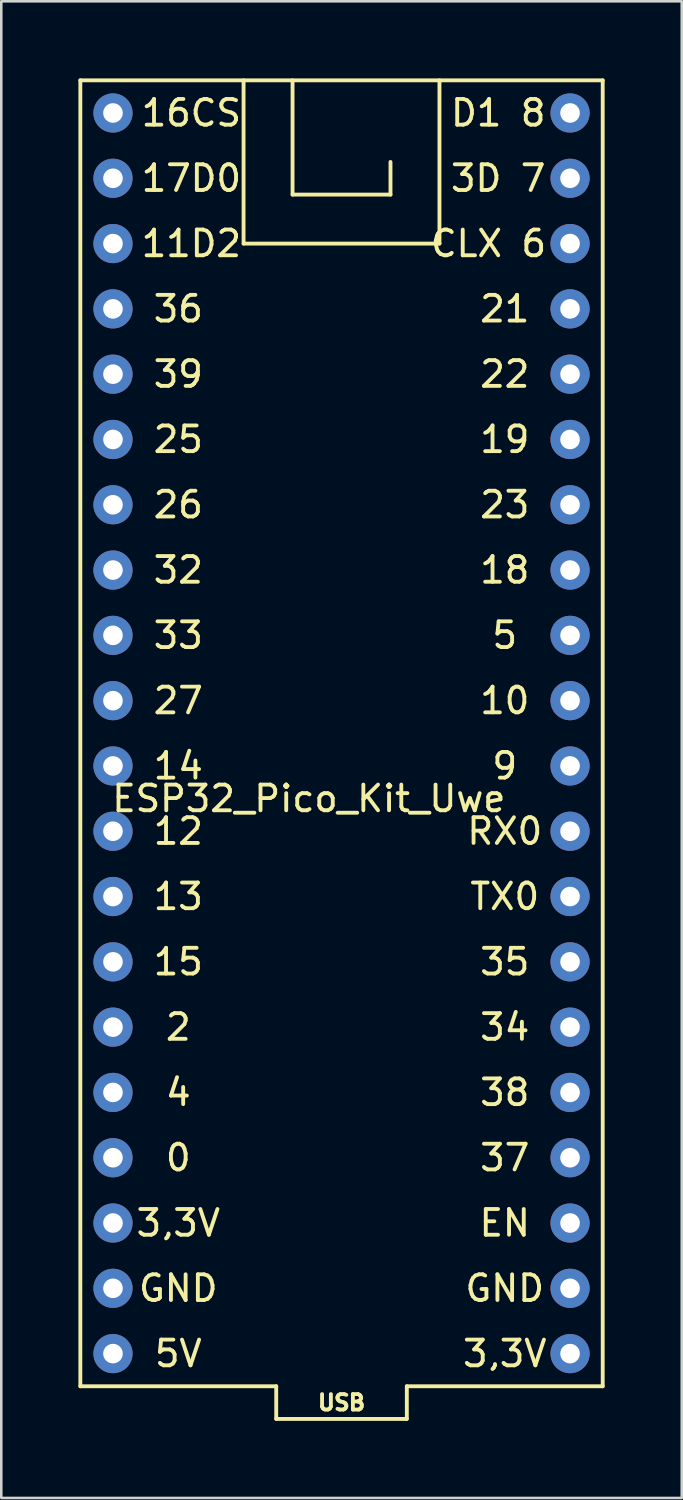
<source format=kicad_pcb>
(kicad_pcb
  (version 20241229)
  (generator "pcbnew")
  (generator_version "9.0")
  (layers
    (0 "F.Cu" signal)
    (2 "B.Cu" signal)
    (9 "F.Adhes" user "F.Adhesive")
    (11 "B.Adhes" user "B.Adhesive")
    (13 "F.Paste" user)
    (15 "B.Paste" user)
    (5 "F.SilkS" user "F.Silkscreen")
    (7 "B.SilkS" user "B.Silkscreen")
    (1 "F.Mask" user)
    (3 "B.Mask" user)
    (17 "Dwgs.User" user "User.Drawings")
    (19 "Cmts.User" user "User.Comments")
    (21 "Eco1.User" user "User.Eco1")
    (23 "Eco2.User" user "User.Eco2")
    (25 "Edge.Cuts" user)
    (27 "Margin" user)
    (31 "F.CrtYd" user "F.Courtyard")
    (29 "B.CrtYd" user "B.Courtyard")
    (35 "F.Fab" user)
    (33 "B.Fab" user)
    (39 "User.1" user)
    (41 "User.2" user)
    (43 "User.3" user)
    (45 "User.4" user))
  (footprint "ESP32_Pico_Kit_Uwe"
    (layer "F.Cu")
    (at 10.235 26.745)
    (property "Reference" "ESP32_Pico_Kit_Uwe" (at -1.27 1.27 0) (unlocked yes) (layer "F.SilkS") (effects (font (size 1 1) (thickness 0.15))))
    (attr through_hole)
    (fp_line (start -10.16 -26.67) (end 10.16 -26.67) (stroke (width 0.15) (type solid)) (layer "F.SilkS"))
    (fp_line (start -10.16 24.13) (end -10.16 -26.67) (stroke (width 0.15) (type solid)) (layer "F.SilkS"))
    (fp_line (start -10.16 24.13) (end -2.54 24.13) (stroke (width 0.15) (type solid)) (layer "F.SilkS"))
    (fp_line (start -3.81 -26.67) (end -3.81 -20.32) (stroke (width 0.15) (type solid)) (layer "F.SilkS"))
    (fp_line (start -3.81 -20.32) (end 3.81 -20.32) (stroke (width 0.15) (type solid)) (layer "F.SilkS"))
    (fp_line (start -2.54 25.4) (end -2.54 24.13) (stroke (width 0.15) (type solid)) (layer "F.SilkS"))
    (fp_line (start -2.54 25.4) (end 2.54 25.4) (stroke (width 0.15) (type solid)) (layer "F.SilkS"))
    (fp_line (start -1.905 -26.67) (end -1.905 -22.225) (stroke (width 0.15) (type solid)) (layer "F.SilkS"))
    (fp_line (start -1.905 -22.225) (end 1.905 -22.225) (stroke (width 0.15) (type solid)) (layer "F.SilkS"))
    (fp_line (start 1.905 -22.225) (end 1.905 -23.495) (stroke (width 0.15) (type solid)) (layer "F.SilkS"))
    (fp_line (start 2.54 25.4) (end 2.54 24.13) (stroke (width 0.15) (type solid)) (layer "F.SilkS"))
    (fp_line (start 3.81 -20.32) (end 3.81 -26.67) (stroke (width 0.15) (type solid)) (layer "F.SilkS"))
    (fp_line (start 10.16 -26.67) (end 10.16 24.13) (stroke (width 0.15) (type solid)) (layer "F.SilkS"))
    (fp_line (start 10.16 24.13) (end 2.54 24.13) (stroke (width 0.15) (type solid)) (layer "F.SilkS"))
    (fp_text user "D1 8" (at 6.096 -25.4 0) (unlocked yes) (layer "F.SilkS") (effects (font (size 1 1) (thickness 0.15))))
    (fp_text user "27" (at -6.35 -2.54 0) (unlocked yes) (layer "F.SilkS") (effects (font (size 1 1) (thickness 0.15))))
    (fp_text user "3,3V" (at 6.35 22.86 0) (unlocked yes) (layer "F.SilkS") (effects (font (size 1 1) (thickness 0.15))))
    (fp_text user "GND" (at -6.35 20.32 0) (unlocked yes) (layer "F.SilkS") (effects (font (size 1 1) (thickness 0.15))))
    (fp_text user "5" (at 6.35 -5.08 0) (unlocked yes) (layer "F.SilkS") (effects (font (size 1 1) (thickness 0.15))))
    (fp_text user "25" (at -6.35 -12.7 0) (unlocked yes) (layer "F.SilkS") (effects (font (size 1 1) (thickness 0.15))))
    (fp_text user "16CS" (at -5.842 -25.4 0) (unlocked yes) (layer "F.SilkS") (effects (font (size 1 1) (thickness 0.15))))
    (fp_text user "USB" (at 0 24.765 0) (unlocked yes) (layer "F.SilkS") (effects (font (size 0.6 0.6) (thickness 0.15))))
    (fp_text user "GND" (at 6.35 20.32 0) (unlocked yes) (layer "F.SilkS") (effects (font (size 1 1) (thickness 0.15))))
    (fp_text user "TX0" (at 6.35 5.08 0) (unlocked yes) (layer "F.SilkS") (effects (font (size 1 1) (thickness 0.15))))
    (fp_text user "32" (at -6.35 -7.62 0) (unlocked yes) (layer "F.SilkS") (effects (font (size 1 1) (thickness 0.15))))
    (fp_text user "9" (at 6.35 0 0) (unlocked yes) (layer "F.SilkS") (effects (font (size 1 1) (thickness 0.15))))
    (fp_text user "0" (at -6.35 15.24 0) (unlocked yes) (layer "F.SilkS") (effects (font (size 1 1) (thickness 0.15))))
    (fp_text user "12" (at -6.35 2.54 0) (unlocked yes) (layer "F.SilkS") (effects (font (size 1 1) (thickness 0.15))))
    (fp_text user "21" (at 6.35 -17.78 0) (unlocked yes) (layer "F.SilkS") (effects (font (size 1 1) (thickness 0.15))))
    (fp_text user "23" (at 6.35 -10.16 0) (unlocked yes) (layer "F.SilkS") (effects (font (size 1 1) (thickness 0.15))))
    (fp_text user "CLX 6" (at 5.715 -20.32 0) (unlocked yes) (layer "F.SilkS") (effects (font (size 1 1) (thickness 0.15))))
    (fp_text user "18" (at 6.35 -7.62 0) (unlocked yes) (layer "F.SilkS") (effects (font (size 1 1) (thickness 0.15))))
    (fp_text user "34" (at 6.35 10.16 0) (unlocked yes) (layer "F.SilkS") (effects (font (size 1 1) (thickness 0.15))))
    (fp_text user "3,3V" (at -6.35 17.78 0) (unlocked yes) (layer "F.SilkS") (effects (font (size 1 1) (thickness 0.15))))
    (fp_text user "2" (at -6.35 10.16 0) (unlocked yes) (layer "F.SilkS") (effects (font (size 1 1) (thickness 0.15))))
    (fp_text user "39" (at -6.35 -15.24 0) (unlocked yes) (layer "F.SilkS") (effects (font (size 1 1) (thickness 0.15))))
    (fp_text user "11D2" (at -5.842 -20.32 0) (unlocked yes) (layer "F.SilkS") (effects (font (size 1 1) (thickness 0.15))))
    (fp_text user "EN" (at 6.35 17.78 0) (unlocked yes) (layer "F.SilkS") (effects (font (size 1 1) (thickness 0.15))))
    (fp_text user "4" (at -6.35 12.7 0) (unlocked yes) (layer "F.SilkS") (effects (font (size 1 1) (thickness 0.15))))
    (fp_text user "5V" (at -6.35 22.86 0) (unlocked yes) (layer "F.SilkS") (effects (font (size 1 1) (thickness 0.15))))
    (fp_text user "15" (at -6.35 7.62 0) (unlocked yes) (layer "F.SilkS") (effects (font (size 1 1) (thickness 0.15))))
    (fp_text user "36" (at -6.35 -17.78 0) (unlocked yes) (layer "F.SilkS") (effects (font (size 1 1) (thickness 0.15))))
    (fp_text user "14" (at -6.35 0 0) (unlocked yes) (layer "F.SilkS") (effects (font (size 1 1) (thickness 0.15))))
    (fp_text user "19" (at 6.35 -12.7 0) (unlocked yes) (layer "F.SilkS") (effects (font (size 1 1) (thickness 0.15))))
    (fp_text user "13" (at -6.35 5.08 0) (unlocked yes) (layer "F.SilkS") (effects (font (size 1 1) (thickness 0.15))))
    (fp_text user "RX0" (at 6.35 2.54 0) (unlocked yes) (layer "F.SilkS") (effects (font (size 1 1) (thickness 0.15))))
    (fp_text user "38" (at 6.35 12.7 0) (unlocked yes) (layer "F.SilkS") (effects (font (size 1 1) (thickness 0.15))))
    (fp_text user "17D0" (at -5.842 -22.86 0) (unlocked yes) (layer "F.SilkS") (effects (font (size 1 1) (thickness 0.15))))
    (fp_text user "10" (at 6.35 -2.54 0) (unlocked yes) (layer "F.SilkS") (effects (font (size 1 1) (thickness 0.15))))
    (fp_text user "33" (at -6.35 -5.08 0) (unlocked yes) (layer "F.SilkS") (effects (font (size 1 1) (thickness 0.15))))
    (fp_text user "35" (at 6.35 7.62 0) (unlocked yes) (layer "F.SilkS") (effects (font (size 1 1) (thickness 0.15))))
    (fp_text user "22" (at 6.35 -15.24 0) (unlocked yes) (layer "F.SilkS") (effects (font (size 1 1) (thickness 0.15))))
    (fp_text user "26" (at -6.35 -10.16 0) (unlocked yes) (layer "F.SilkS") (effects (font (size 1 1) (thickness 0.15))))
    (fp_text user "37" (at 6.35 15.24 0) (unlocked yes) (layer "F.SilkS") (effects (font (size 1 1) (thickness 0.15))))
    (fp_text user "3D 7" (at 6.096 -22.86 0) (unlocked yes) (layer "F.SilkS") (effects (font (size 1 1) (thickness 0.15))))
    (pad "1" thru_hole circle (at -8.89 22.86) (size 1.524 1.524) (drill 0.762) (layers "*.Cu" "*.Mask"))
    (pad "2" thru_hole circle (at -8.89 20.32) (size 1.524 1.524) (drill 0.762) (layers "*.Cu" "*.Mask"))
    (pad "3" thru_hole circle (at -8.89 17.78) (size 1.524 1.524) (drill 0.762) (layers "*.Cu" "*.Mask"))
    (pad "4" thru_hole circle (at -8.89 15.24) (size 1.524 1.524) (drill 0.762) (layers "*.Cu" "*.Mask"))
    (pad "5" thru_hole circle (at -8.89 12.7) (size 1.524 1.524) (drill 0.762) (layers "*.Cu" "*.Mask"))
    (pad "6" thru_hole circle (at -8.89 10.16) (size 1.524 1.524) (drill 0.762) (layers "*.Cu" "*.Mask"))
    (pad "7" thru_hole circle (at -8.89 7.62) (size 1.524 1.524) (drill 0.762) (layers "*.Cu" "*.Mask"))
    (pad "8" thru_hole circle (at -8.89 5.08) (size 1.524 1.524) (drill 0.762) (layers "*.Cu" "*.Mask"))
    (pad "9" thru_hole circle (at -8.89 2.54) (size 1.524 1.524) (drill 0.762) (layers "*.Cu" "*.Mask"))
    (pad "10" thru_hole circle (at -8.89 0) (size 1.524 1.524) (drill 0.762) (layers "*.Cu" "*.Mask"))
    (pad "11" thru_hole circle (at -8.89 -2.54) (size 1.524 1.524) (drill 0.762) (layers "*.Cu" "*.Mask"))
    (pad "12" thru_hole circle (at -8.89 -5.08) (size 1.524 1.524) (drill 0.762) (layers "*.Cu" "*.Mask"))
    (pad "13" thru_hole circle (at -8.89 -7.62) (size 1.524 1.524) (drill 0.762) (layers "*.Cu" "*.Mask"))
    (pad "14" thru_hole circle (at -8.89 -10.16) (size 1.524 1.524) (drill 0.762) (layers "*.Cu" "*.Mask"))
    (pad "15" thru_hole circle (at -8.89 -12.7) (size 1.524 1.524) (drill 0.762) (layers "*.Cu" "*.Mask"))
    (pad "16" thru_hole circle (at -8.89 -15.24) (size 1.524 1.524) (drill 0.762) (layers "*.Cu" "*.Mask"))
    (pad "17" thru_hole circle (at -8.89 -17.78) (size 1.524 1.524) (drill 0.762) (layers "*.Cu" "*.Mask"))
    (pad "18" thru_hole circle (at -8.89 -20.32) (size 1.524 1.524) (drill 0.762) (layers "*.Cu" "*.Mask"))
    (pad "19" thru_hole circle (at -8.89 -22.86) (size 1.524 1.524) (drill 0.762) (layers "*.Cu" "*.Mask"))
    (pad "20" thru_hole circle (at -8.89 -25.4) (size 1.524 1.524) (drill 0.762) (layers "*.Cu" "*.Mask"))
    (pad "21" thru_hole circle (at 8.89 22.86) (size 1.524 1.524) (drill 0.762) (layers "*.Cu" "*.Mask"))
    (pad "22" thru_hole circle (at 8.89 20.32) (size 1.524 1.524) (drill 0.762) (layers "*.Cu" "*.Mask"))
    (pad "23" thru_hole circle (at 8.89 17.78) (size 1.524 1.524) (drill 0.762) (layers "*.Cu" "*.Mask"))
    (pad "24" thru_hole circle (at 8.89 15.24) (size 1.524 1.524) (drill 0.762) (layers "*.Cu" "*.Mask"))
    (pad "25" thru_hole circle (at 8.89 12.7) (size 1.524 1.524) (drill 0.762) (layers "*.Cu" "*.Mask"))
    (pad "26" thru_hole circle (at 8.89 10.16) (size 1.524 1.524) (drill 0.762) (layers "*.Cu" "*.Mask"))
    (pad "27" thru_hole circle (at 8.89 7.62) (size 1.524 1.524) (drill 0.762) (layers "*.Cu" "*.Mask"))
    (pad "28" thru_hole circle (at 8.89 5.08) (size 1.524 1.524) (drill 0.762) (layers "*.Cu" "*.Mask"))
    (pad "29" thru_hole circle (at 8.89 2.54) (size 1.524 1.524) (drill 0.762) (layers "*.Cu" "*.Mask"))
    (pad "30" thru_hole circle (at 8.89 0) (size 1.524 1.524) (drill 0.762) (layers "*.Cu" "*.Mask"))
    (pad "31" thru_hole circle (at 8.89 -2.54) (size 1.524 1.524) (drill 0.762) (layers "*.Cu" "*.Mask"))
    (pad "32" thru_hole circle (at 8.89 -5.08) (size 1.524 1.524) (drill 0.762) (layers "*.Cu" "*.Mask"))
    (pad "33" thru_hole circle (at 8.89 -7.62) (size 1.524 1.524) (drill 0.762) (layers "*.Cu" "*.Mask"))
    (pad "34" thru_hole circle (at 8.89 -10.16) (size 1.524 1.524) (drill 0.762) (layers "*.Cu" "*.Mask"))
    (pad "35" thru_hole circle (at 8.89 -12.7) (size 1.524 1.524) (drill 0.762) (layers "*.Cu" "*.Mask"))
    (pad "36" thru_hole circle (at 8.89 -15.24) (size 1.524 1.524) (drill 0.762) (layers "*.Cu" "*.Mask"))
    (pad "37" thru_hole circle (at 8.89 -17.78) (size 1.524 1.524) (drill 0.762) (layers "*.Cu" "*.Mask"))
    (pad "38" thru_hole circle (at 8.89 -20.32) (size 1.524 1.524) (drill 0.762) (layers "*.Cu" "*.Mask"))
    (pad "39" thru_hole circle (at 8.89 -22.86) (size 1.524 1.524) (drill 0.762) (layers "*.Cu" "*.Mask"))
    (pad "40" thru_hole circle (at 8.89 -25.4) (size 1.524 1.524) (drill 0.762) (layers "*.Cu" "*.Mask")))
  (gr_rect
    (start -3 -3)
    (end 23.47 55.22)
    (stroke (width 0.1) (type default))
    (fill no)
    (layer "Edge.Cuts")))
</source>
